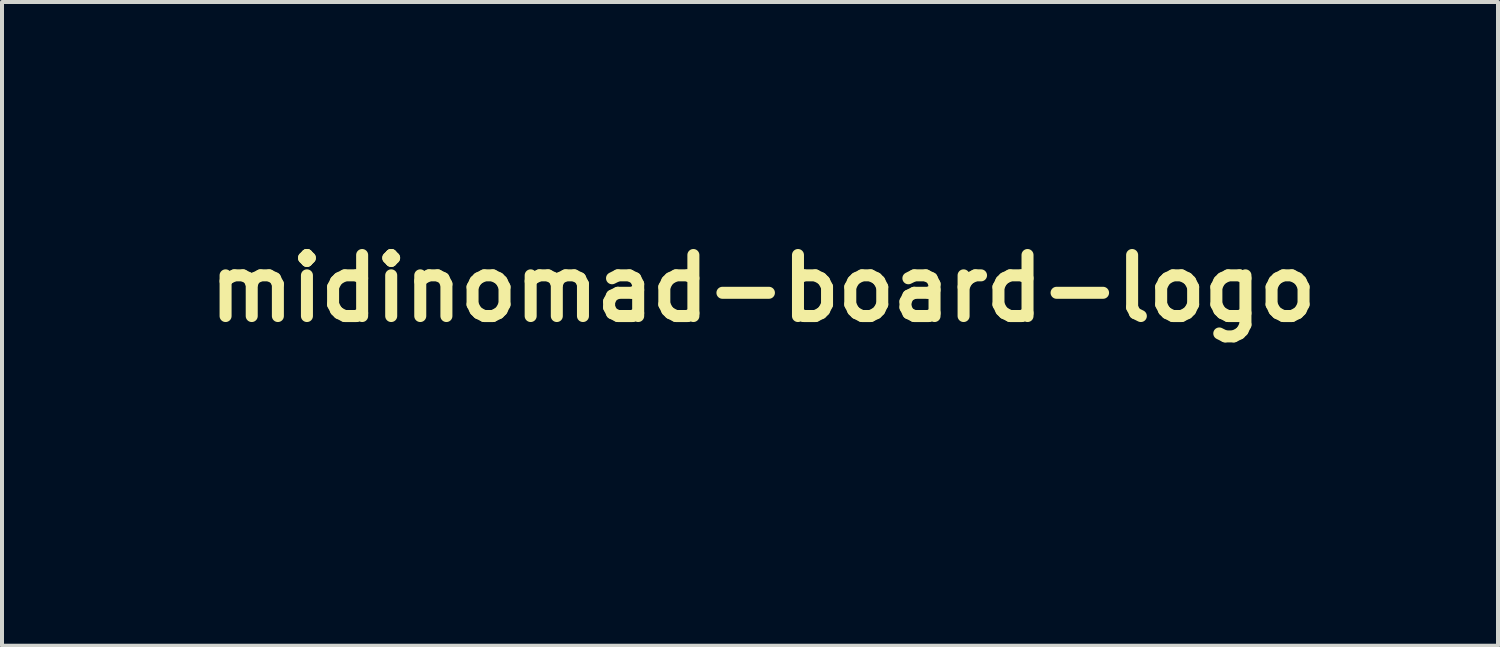
<source format=kicad_pcb>
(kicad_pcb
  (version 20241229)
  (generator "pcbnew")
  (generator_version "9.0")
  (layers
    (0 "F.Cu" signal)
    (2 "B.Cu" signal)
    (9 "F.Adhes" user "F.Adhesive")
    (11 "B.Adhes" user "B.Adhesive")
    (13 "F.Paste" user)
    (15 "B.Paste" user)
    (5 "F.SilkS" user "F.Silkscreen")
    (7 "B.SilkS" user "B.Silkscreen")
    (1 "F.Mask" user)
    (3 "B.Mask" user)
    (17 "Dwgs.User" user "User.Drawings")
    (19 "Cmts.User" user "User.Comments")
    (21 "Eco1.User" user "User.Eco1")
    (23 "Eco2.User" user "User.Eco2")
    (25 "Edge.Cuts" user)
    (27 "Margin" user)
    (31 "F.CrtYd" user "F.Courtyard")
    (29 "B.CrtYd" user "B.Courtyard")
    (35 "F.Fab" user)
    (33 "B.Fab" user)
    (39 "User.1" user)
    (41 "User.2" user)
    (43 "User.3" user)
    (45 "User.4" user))
  (footprint "midinomad-board-logo"
    (layer "F.Cu")
    (at 16.01 4.154)
    (property "Reference" "midinomad-board-logo" (at 0 0 0) (layer "F.SilkS") (effects (font (size 1.524 1.524) (thickness 0.3))))
    (attr through_hole)
    (fp_poly (pts (xy -1.555 -0.873) (xy -1.529 -0.768) (xy -1.524 -0.621) (xy -1.533 -0.443) (xy -1.564 -0.357) (xy -1.609 -0.339) (xy -1.662 -0.369) (xy -1.688 -0.473) (xy -1.693 -0.621) (xy -1.684 -0.798) (xy -1.653 -0.885) (xy -1.609 -0.903) (xy -1.555 -0.873)) (stroke (width 0.01) (type solid)) (fill no) (layer "Eco2.User"))
    (fp_poly (pts (xy 2.283 -0.873) (xy 2.309 -0.768) (xy 2.314 -0.621) (xy 2.305 -0.443) (xy 2.274 -0.357) (xy 2.23 -0.339) (xy 2.176 -0.369) (xy 2.15 -0.473) (xy 2.145 -0.621) (xy 2.154 -0.798) (xy 2.185 -0.885) (xy 2.23 -0.903) (xy 2.283 -0.873)) (stroke (width 0.01) (type solid)) (fill no) (layer "Eco2.User"))
    (fp_poly (pts (xy 3.242 -0.873) (xy 3.268 -0.768) (xy 3.274 -0.621) (xy 3.269 -0.453) (xy 3.245 -0.369) (xy 3.189 -0.341) (xy 3.147 -0.339) (xy 3.019 -0.387) (xy 2.878 -0.517) (xy 2.862 -0.536) (xy 2.733 -0.68) (xy 2.651 -0.723) (xy 2.607 -0.667) (xy 2.596 -0.536) (xy 2.582 -0.406) (xy 2.547 -0.34) (xy 2.54 -0.339) (xy 2.508 -0.389) (xy 2.487 -0.519) (xy 2.484 -0.621) (xy 2.49 -0.79) (xy 2.515 -0.875) (xy 2.57 -0.902) (xy 2.596 -0.903) (xy 2.697 -0.864) (xy 2.831 -0.763) (xy 2.905 -0.691) (xy 3.101 -0.48) (xy 3.103 -0.691) (xy 3.12 -0.844) (xy 3.173 -0.902) (xy 3.189 -0.903) (xy 3.242 -0.873)) (stroke (width 0.01) (type solid)) (fill no) (layer "Eco2.User"))
    (fp_poly (pts (xy -3.884 -0.895) (xy -3.761 -0.872) (xy -3.725 -0.847) (xy -3.776 -0.814) (xy -3.906 -0.794) (xy -4.008 -0.79) (xy -4.169 -0.78) (xy -4.271 -0.754) (xy -4.29 -0.734) (xy -4.239 -0.7) (xy -4.112 -0.68) (xy -4.036 -0.677) (xy -3.884 -0.666) (xy -3.793 -0.638) (xy -3.782 -0.621) (xy -3.832 -0.587) (xy -3.96 -0.567) (xy -4.036 -0.564) (xy -4.187 -0.553) (xy -4.278 -0.525) (xy -4.29 -0.508) (xy -4.239 -0.476) (xy -4.109 -0.455) (xy -4.008 -0.452) (xy -3.847 -0.441) (xy -3.744 -0.415) (xy -3.725 -0.395) (xy -3.777 -0.365) (xy -3.911 -0.345) (xy -4.064 -0.339) (xy -4.403 -0.339) (xy -4.403 -0.903) (xy -4.064 -0.903) (xy -3.884 -0.895)) (stroke (width 0.01) (type solid)) (fill no) (layer "Eco2.User"))
    (fp_poly (pts (xy -0.596 -0.873) (xy -0.57 -0.768) (xy -0.564 -0.621) (xy -0.569 -0.453) (xy -0.593 -0.369) (xy -0.649 -0.341) (xy -0.699 -0.339) (xy -0.842 -0.393) (xy -0.984 -0.536) (xy -1.087 -0.657) (xy -1.168 -0.727) (xy -1.188 -0.734) (xy -1.224 -0.684) (xy -1.241 -0.562) (xy -1.242 -0.536) (xy -1.256 -0.406) (xy -1.291 -0.34) (xy -1.298 -0.339) (xy -1.33 -0.389) (xy -1.351 -0.519) (xy -1.355 -0.621) (xy -1.349 -0.79) (xy -1.323 -0.875) (xy -1.268 -0.902) (xy -1.243 -0.903) (xy -1.141 -0.864) (xy -1.007 -0.763) (xy -0.934 -0.691) (xy -0.737 -0.48) (xy -0.735 -0.691) (xy -0.718 -0.844) (xy -0.665 -0.902) (xy -0.649 -0.903) (xy -0.596 -0.873)) (stroke (width 0.01) (type solid)) (fill no) (layer "Eco2.User"))
    (fp_poly (pts (xy 0.124 -0.895) (xy 0.246 -0.872) (xy 0.282 -0.847) (xy 0.231 -0.814) (xy 0.102 -0.794) (xy 0 -0.79) (xy -0.161 -0.78) (xy -0.263 -0.754) (xy -0.282 -0.734) (xy -0.232 -0.7) (xy -0.104 -0.68) (xy -0.028 -0.677) (xy 0.123 -0.666) (xy 0.214 -0.638) (xy 0.226 -0.621) (xy 0.175 -0.587) (xy 0.048 -0.567) (xy -0.028 -0.564) (xy -0.18 -0.553) (xy -0.271 -0.525) (xy -0.282 -0.508) (xy -0.231 -0.476) (xy -0.102 -0.455) (xy 0 -0.452) (xy 0.161 -0.441) (xy 0.263 -0.415) (xy 0.282 -0.395) (xy 0.231 -0.365) (xy 0.097 -0.345) (xy -0.056 -0.339) (xy -0.395 -0.339) (xy -0.395 -0.903) (xy -0.056 -0.903) (xy 0.124 -0.895)) (stroke (width 0.01) (type solid)) (fill no) (layer "Eco2.User"))
    (fp_poly (pts (xy 0.932 -0.894) (xy 1.045 -0.87) (xy 1.072 -0.847) (xy 1.022 -0.813) (xy 0.894 -0.793) (xy 0.818 -0.79) (xy 0.667 -0.779) (xy 0.576 -0.751) (xy 0.564 -0.734) (xy 0.615 -0.7) (xy 0.743 -0.68) (xy 0.818 -0.677) (xy 0.97 -0.666) (xy 1.061 -0.638) (xy 1.072 -0.621) (xy 1.022 -0.587) (xy 0.894 -0.567) (xy 0.818 -0.564) (xy 0.667 -0.553) (xy 0.576 -0.525) (xy 0.564 -0.508) (xy 0.615 -0.476) (xy 0.745 -0.455) (xy 0.847 -0.452) (xy 1.008 -0.441) (xy 1.11 -0.415) (xy 1.129 -0.395) (xy 1.077 -0.365) (xy 0.943 -0.345) (xy 0.79 -0.339) (xy 0.452 -0.339) (xy 0.452 -0.903) (xy 0.762 -0.903) (xy 0.932 -0.894)) (stroke (width 0.01) (type solid)) (fill no) (layer "Eco2.User"))
    (fp_poly (pts (xy 3.967 -0.879) (xy 4.121 -0.843) (xy 4.204 -0.792) (xy 4.172 -0.769) (xy 4.052 -0.765) (xy 3.924 -0.774) (xy 3.612 -0.806) (xy 3.612 -0.629) (xy 3.621 -0.515) (xy 3.667 -0.465) (xy 3.784 -0.452) (xy 3.838 -0.452) (xy 3.989 -0.467) (xy 4.059 -0.504) (xy 4.038 -0.548) (xy 3.937 -0.581) (xy 3.895 -0.598) (xy 3.962 -0.61) (xy 4.022 -0.613) (xy 4.172 -0.604) (xy 4.231 -0.557) (xy 4.233 -0.538) (xy 4.183 -0.442) (xy 4.049 -0.375) (xy 3.859 -0.345) (xy 3.64 -0.357) (xy 3.542 -0.378) (xy 3.472 -0.433) (xy 3.444 -0.565) (xy 3.443 -0.621) (xy 3.453 -0.765) (xy 3.5 -0.837) (xy 3.612 -0.875) (xy 3.617 -0.876) (xy 3.784 -0.892) (xy 3.967 -0.879)) (stroke (width 0.01) (type solid)) (fill no) (layer "Eco2.User"))
    (fp_poly (pts (xy -2.056 -0.878) (xy -1.909 -0.839) (xy -1.87 -0.802) (xy -1.932 -0.774) (xy -2.092 -0.76) (xy -2.159 -0.76) (xy -2.332 -0.757) (xy -2.42 -0.737) (xy -2.451 -0.686) (xy -2.455 -0.621) (xy -2.432 -0.514) (xy -2.338 -0.468) (xy -2.295 -0.461) (xy -2.143 -0.461) (xy -2.041 -0.483) (xy -1.99 -0.518) (xy -2.037 -0.549) (xy -2.088 -0.567) (xy -2.166 -0.594) (xy -2.15 -0.608) (xy -2.031 -0.615) (xy -2.018 -0.615) (xy -1.862 -0.603) (xy -1.812 -0.553) (xy -1.863 -0.461) (xy -1.895 -0.427) (xy -2.016 -0.369) (xy -2.203 -0.346) (xy -2.413 -0.36) (xy -2.495 -0.377) (xy -2.595 -0.455) (xy -2.641 -0.596) (xy -2.626 -0.73) (xy -2.541 -0.826) (xy -2.377 -0.882) (xy -2.165 -0.892) (xy -2.056 -0.878)) (stroke (width 0.01) (type solid)) (fill no) (layer "Eco2.User"))
    (fp_poly (pts (xy -2.797 -0.873) (xy -2.771 -0.768) (xy -2.766 -0.621) (xy -2.77 -0.453) (xy -2.794 -0.37) (xy -2.85 -0.341) (xy -2.904 -0.339) (xy -3.054 -0.395) (xy -3.193 -0.536) (xy -3.295 -0.657) (xy -3.375 -0.727) (xy -3.393 -0.734) (xy -3.426 -0.684) (xy -3.443 -0.562) (xy -3.443 -0.536) (xy -3.457 -0.406) (xy -3.492 -0.34) (xy -3.5 -0.339) (xy -3.532 -0.389) (xy -3.552 -0.519) (xy -3.556 -0.621) (xy -3.55 -0.791) (xy -3.524 -0.876) (xy -3.468 -0.902) (xy -3.449 -0.903) (xy -3.349 -0.863) (xy -3.222 -0.761) (xy -3.168 -0.706) (xy -3.06 -0.589) (xy -2.983 -0.518) (xy -2.965 -0.508) (xy -2.945 -0.558) (xy -2.935 -0.68) (xy -2.935 -0.706) (xy -2.917 -0.852) (xy -2.858 -0.903) (xy -2.85 -0.903) (xy -2.797 -0.873)) (stroke (width 0.01) (type solid)) (fill no) (layer "Eco2.User"))
    (fp_poly (pts (xy 1.793 -0.883) (xy 1.945 -0.829) (xy 2.011 -0.749) (xy 1.979 -0.653) (xy 1.932 -0.56) (xy 1.967 -0.494) (xy 2.028 -0.4) (xy 1.997 -0.345) (xy 1.953 -0.339) (xy 1.866 -0.384) (xy 1.842 -0.423) (xy 1.761 -0.487) (xy 1.61 -0.508) (xy 1.464 -0.49) (xy 1.412 -0.432) (xy 1.411 -0.423) (xy 1.381 -0.348) (xy 1.355 -0.339) (xy 1.322 -0.389) (xy 1.302 -0.519) (xy 1.298 -0.621) (xy 1.298 -0.706) (xy 1.411 -0.706) (xy 1.448 -0.647) (xy 1.572 -0.622) (xy 1.637 -0.621) (xy 1.794 -0.635) (xy 1.859 -0.681) (xy 1.863 -0.706) (xy 1.825 -0.764) (xy 1.702 -0.789) (xy 1.637 -0.79) (xy 1.48 -0.776) (xy 1.415 -0.73) (xy 1.411 -0.706) (xy 1.298 -0.706) (xy 1.298 -0.903) (xy 1.57 -0.903) (xy 1.793 -0.883)) (stroke (width 0.01) (type solid)) (fill no) (layer "Eco2.User"))
    (fp_poly (pts (xy 5.819 -3.477) (xy 5.692 -3.341) (xy 6.04 -2.786) (xy 6.194 -2.55) (xy 6.342 -2.34) (xy 6.467 -2.181) (xy 6.539 -2.105) (xy 6.689 -1.98) (xy 5.842 -1.978) (xy 4.995 -1.976) (xy 5.165 -2.088) (xy 5.296 -2.189) (xy 5.333 -2.262) (xy 5.272 -2.312) (xy 5.108 -2.343) (xy 4.859 -2.359) (xy 4.578 -2.361) (xy 4.4 -2.341) (xy 4.318 -2.296) (xy 4.324 -2.22) (xy 4.402 -2.117) (xy 4.535 -1.976) (xy 3.315 -1.976) (xy 3.458 -2.088) (xy 3.544 -2.18) (xy 3.67 -2.346) (xy 3.817 -2.56) (xy 3.89 -2.674) (xy 4.516 -2.674) (xy 4.567 -2.662) (xy 4.698 -2.655) (xy 4.827 -2.653) (xy 5.139 -2.653) (xy 5.027 -2.865) (xy 4.923 -3.055) (xy 4.853 -3.152) (xy 4.797 -3.159) (xy 4.734 -3.082) (xy 4.664 -2.961) (xy 4.582 -2.81) (xy 4.528 -2.704) (xy 4.516 -2.674) (xy 3.89 -2.674) (xy 3.951 -2.77) (xy 4.301 -3.339) (xy 4.173 -3.476) (xy 4.044 -3.612) (xy 5.946 -3.612) (xy 5.819 -3.477)) (stroke (width 0.01) (type solid)) (fill no) (layer "Eco2.User"))
    (fp_poly (pts (xy -0.04 -3.603) (xy 0.206 -3.601) (xy 0.369 -3.597) (xy 0.434 -3.592) (xy 0.435 -3.591) (xy 0.445 -3.527) (xy 0.445 -3.386) (xy 0.441 -3.275) (xy 0.423 -2.982) (xy -0.106 -3.387) (xy -1.411 -3.387) (xy -1.411 -2.935) (xy -0.956 -2.935) (xy -0.727 -2.942) (xy -0.532 -2.961) (xy -0.406 -2.987) (xy -0.391 -2.994) (xy -0.326 -3.019) (xy -0.293 -2.988) (xy -0.283 -2.877) (xy -0.282 -2.785) (xy -0.288 -2.627) (xy -0.31 -2.567) (xy -0.35 -2.585) (xy -0.446 -2.622) (xy -0.639 -2.645) (xy -0.914 -2.653) (xy -1.411 -2.653) (xy -1.411 -2.201) (xy -0.756 -2.201) (xy -0.473 -2.203) (xy -0.277 -2.21) (xy -0.144 -2.227) (xy -0.046 -2.26) (xy 0.04 -2.313) (xy 0.105 -2.361) (xy 0.279 -2.494) (xy 0.382 -2.554) (xy 0.433 -2.538) (xy 0.45 -2.442) (xy 0.452 -2.289) (xy 0.452 -1.976) (xy -2.677 -1.976) (xy -2.481 -2.143) (xy -2.355 -2.243) (xy -2.264 -2.304) (xy -2.244 -2.312) (xy -2.224 -2.365) (xy -2.21 -2.505) (xy -2.203 -2.704) (xy -2.203 -2.78) (xy -2.204 -3.246) (xy -2.433 -3.415) (xy -2.662 -3.584) (xy -1.125 -3.599) (xy -0.72 -3.602) (xy -0.354 -3.604) (xy -0.04 -3.603)) (stroke (width 0.01) (type solid)) (fill no) (layer "Eco2.User"))
    (fp_poly (pts (xy -5.276 -3.302) (xy -5.184 -3.141) (xy -5.113 -3.029) (xy -5.08 -2.992) (xy -5.041 -3.038) (xy -4.969 -3.157) (xy -4.89 -3.302) (xy -4.727 -3.612) (xy -3.874 -3.611) (xy -3.02 -3.609) (xy -3.217 -3.443) (xy -3.344 -3.343) (xy -3.436 -3.283) (xy -3.457 -3.275) (xy -3.476 -3.222) (xy -3.491 -3.083) (xy -3.499 -2.882) (xy -3.5 -2.794) (xy -3.495 -2.577) (xy -3.483 -2.411) (xy -3.465 -2.321) (xy -3.457 -2.313) (xy -3.392 -2.278) (xy -3.277 -2.193) (xy -3.217 -2.145) (xy -3.02 -1.979) (xy -3.866 -1.979) (xy -4.713 -1.979) (xy -4.499 -2.178) (xy -4.285 -2.376) (xy -4.302 -2.811) (xy -4.318 -3.246) (xy -4.676 -2.611) (xy -4.851 -2.306) (xy -4.988 -2.1) (xy -5.101 -1.993) (xy -5.203 -1.984) (xy -5.31 -2.072) (xy -5.436 -2.256) (xy -5.595 -2.536) (xy -5.612 -2.568) (xy -5.743 -2.801) (xy -5.857 -2.997) (xy -5.943 -3.134) (xy -5.988 -3.192) (xy -6.014 -3.157) (xy -6.032 -3.031) (xy -6.039 -2.837) (xy -6.04 -2.814) (xy -6.036 -2.598) (xy -6.019 -2.457) (xy -5.974 -2.354) (xy -5.889 -2.25) (xy -5.831 -2.19) (xy -5.622 -1.976) (xy -6.902 -1.976) (xy -6.64 -2.176) (xy -6.378 -2.376) (xy -6.378 -3.212) (xy -6.64 -3.412) (xy -6.902 -3.612) (xy -5.443 -3.612) (xy -5.276 -3.302)) (stroke (width 0.01) (type solid)) (fill no) (layer "Eco2.User"))
    (fp_poly (pts (xy 2.992 -3.169) (xy 2.652 -3.307) (xy 2.306 -3.419) (xy 1.961 -3.479) (xy 1.649 -3.484) (xy 1.448 -3.446) (xy 1.302 -3.372) (xy 1.241 -3.286) (xy 1.276 -3.205) (xy 1.295 -3.191) (xy 1.369 -3.172) (xy 1.531 -3.143) (xy 1.756 -3.11) (xy 2.014 -3.076) (xy 2.389 -3.026) (xy 2.669 -2.979) (xy 2.875 -2.931) (xy 3.025 -2.876) (xy 3.137 -2.808) (xy 3.198 -2.757) (xy 3.314 -2.587) (xy 3.327 -2.406) (xy 3.243 -2.232) (xy 3.07 -2.081) (xy 2.909 -2.001) (xy 2.832 -1.973) (xy 2.76 -1.951) (xy 2.679 -1.936) (xy 2.573 -1.928) (xy 2.429 -1.927) (xy 2.232 -1.932) (xy 1.966 -1.944) (xy 1.619 -1.962) (xy 1.175 -1.986) (xy 1.129 -1.988) (xy 0.964 -1.978) (xy 0.833 -1.952) (xy 0.741 -1.93) (xy 0.696 -1.951) (xy 0.679 -2.038) (xy 0.677 -2.195) (xy 0.68 -2.358) (xy 0.688 -2.463) (xy 0.695 -2.484) (xy 0.752 -2.465) (xy 0.89 -2.416) (xy 1.084 -2.345) (xy 1.189 -2.306) (xy 1.473 -2.217) (xy 1.768 -2.154) (xy 2.051 -2.118) (xy 2.298 -2.111) (xy 2.485 -2.136) (xy 2.591 -2.193) (xy 2.595 -2.199) (xy 2.621 -2.282) (xy 2.576 -2.348) (xy 2.45 -2.401) (xy 2.231 -2.447) (xy 1.96 -2.485) (xy 1.532 -2.552) (xy 1.178 -2.639) (xy 0.909 -2.742) (xy 0.737 -2.858) (xy 0.706 -2.895) (xy 0.627 -3.09) (xy 0.652 -3.281) (xy 0.776 -3.453) (xy 0.989 -3.59) (xy 1.044 -3.613) (xy 1.181 -3.641) (xy 1.4 -3.658) (xy 1.673 -3.665) (xy 1.806 -3.663) (xy 2.092 -3.658) (xy 2.372 -3.655) (xy 2.603 -3.656) (xy 2.695 -3.657) (xy 2.992 -3.666) (xy 2.992 -3.169)) (stroke (width 0.01) (type solid)) (fill no) (layer "Eco2.User"))
    (fp_poly (pts (xy -15.799 1.784) (xy -15.607 1.825) (xy -15.595 1.827) (xy -14.896 1.964) (xy -14.245 2.026) (xy -13.606 2.015) (xy -12.996 1.942) (xy -12.609 1.895) (xy -12.217 1.877) (xy -11.849 1.888) (xy -11.533 1.925) (xy -11.297 1.99) (xy -11.289 1.993) (xy -11.058 2.109) (xy -10.877 2.242) (xy -10.74 2.411) (xy -10.637 2.63) (xy -10.561 2.916) (xy -10.503 3.286) (xy -10.466 3.643) (xy -10.42 4.083) (xy -10.369 4.426) (xy -10.304 4.69) (xy -10.217 4.89) (xy -10.101 5.045) (xy -9.947 5.17) (xy -9.747 5.282) (xy -9.674 5.317) (xy -9.149 5.504) (xy -8.551 5.607) (xy -7.883 5.627) (xy -7.761 5.621) (xy -7.117 5.558) (xy -6.564 5.439) (xy -6.104 5.265) (xy -5.739 5.038) (xy -5.472 4.759) (xy -5.38 4.608) (xy -5.321 4.418) (xy -5.291 4.158) (xy -5.291 3.865) (xy -5.322 3.581) (xy -5.359 3.417) (xy -5.487 3.14) (xy -5.689 2.89) (xy -5.936 2.697) (xy -6.131 2.609) (xy -6.336 2.57) (xy -6.609 2.548) (xy -6.906 2.542) (xy -7.185 2.554) (xy -7.404 2.584) (xy -7.441 2.594) (xy -7.577 2.622) (xy -7.624 2.61) (xy -7.594 2.568) (xy -7.499 2.508) (xy -7.349 2.441) (xy -7.249 2.406) (xy -6.842 2.315) (xy -6.395 2.285) (xy -5.936 2.312) (xy -5.493 2.393) (xy -5.095 2.523) (xy -4.769 2.699) (xy -4.734 2.724) (xy -4.472 2.991) (xy -4.294 3.314) (xy -4.202 3.674) (xy -4.198 4.05) (xy -4.282 4.423) (xy -4.456 4.772) (xy -4.587 4.943) (xy -4.866 5.19) (xy -5.235 5.401) (xy -5.699 5.577) (xy -6.265 5.721) (xy -6.629 5.788) (xy -6.964 5.83) (xy -7.375 5.864) (xy -7.827 5.888) (xy -8.287 5.9) (xy -8.722 5.9) (xy -9.098 5.886) (xy -9.285 5.871) (xy -9.903 5.779) (xy -10.418 5.646) (xy -10.829 5.471) (xy -11.139 5.253) (xy -11.348 4.993) (xy -11.41 4.86) (xy -11.435 4.753) (xy -11.467 4.559) (xy -11.501 4.304) (xy -11.535 4.011) (xy -11.542 3.936) (xy -11.599 3.477) (xy -11.672 3.119) (xy -11.772 2.85) (xy -11.907 2.659) (xy -12.087 2.533) (xy -12.321 2.461) (xy -12.62 2.431) (xy -12.763 2.428) (xy -13.204 2.444) (xy -13.553 2.495) (xy -13.826 2.589) (xy -14.039 2.731) (xy -14.184 2.889) (xy -14.261 3.058) (xy -14.318 3.313) (xy -14.353 3.63) (xy -14.366 3.983) (xy -14.358 4.348) (xy -14.329 4.7) (xy -14.278 5.014) (xy -14.204 5.265) (xy -14.198 5.281) (xy -14.068 5.47) (xy -13.872 5.618) (xy -13.653 5.695) (xy -13.586 5.701) (xy -13.481 5.717) (xy -13.462 5.757) (xy -13.537 5.787) (xy -13.704 5.805) (xy -13.944 5.812) (xy -14.236 5.806) (xy -14.56 5.788) (xy -14.897 5.759) (xy -14.948 5.753) (xy -15.238 5.721) (xy -15.432 5.695) (xy -15.545 5.665) (xy -15.594 5.622) (xy -15.593 5.557) (xy -15.559 5.461) (xy -15.538 5.407) (xy -15.506 5.308) (xy -15.482 5.184) (xy -15.464 5.019) (xy -15.453 4.797) (xy -15.445 4.502) (xy -15.441 4.12) (xy -15.44 3.866) (xy -15.44 3.425) (xy -15.444 3.079) (xy -15.455 2.813) (xy -15.477 2.611) (xy -15.513 2.454) (xy -15.567 2.327) (xy -15.642 2.214) (xy -15.743 2.096) (xy -15.832 2.001) (xy -15.94 1.877) (xy -16.001 1.788) (xy -16.005 1.763) (xy -15.942 1.762) (xy -15.799 1.784)) (stroke (width 0.01) (type solid)) (fill no) (layer "Eco2.User"))
    (fp_poly (pts (xy 9.668 1.917) (xy 9.807 1.936) (xy 9.943 1.95) (xy 10.175 1.963) (xy 10.487 1.975) (xy 10.863 1.986) (xy 11.286 1.995) (xy 11.74 2.001) (xy 11.994 2.003) (xy 12.551 2.007) (xy 13.008 2.014) (xy 13.379 2.025) (xy 13.678 2.042) (xy 13.917 2.066) (xy 14.111 2.101) (xy 14.272 2.147) (xy 14.414 2.206) (xy 14.55 2.281) (xy 14.694 2.373) (xy 14.712 2.385) (xy 14.98 2.629) (xy 15.178 2.949) (xy 15.303 3.325) (xy 15.349 3.74) (xy 15.313 4.176) (xy 15.248 4.445) (xy 15.079 4.842) (xy 14.829 5.171) (xy 14.493 5.437) (xy 14.065 5.645) (xy 13.801 5.734) (xy 13.536 5.788) (xy 13.199 5.824) (xy 12.83 5.839) (xy 12.469 5.832) (xy 12.156 5.802) (xy 12.121 5.796) (xy 11.956 5.76) (xy 11.876 5.712) (xy 11.853 5.636) (xy 11.853 5.627) (xy 11.86 5.565) (xy 11.895 5.53) (xy 11.982 5.516) (xy 12.144 5.517) (xy 12.291 5.523) (xy 12.757 5.516) (xy 13.139 5.446) (xy 13.45 5.305) (xy 13.701 5.089) (xy 13.906 4.79) (xy 13.949 4.708) (xy 14.087 4.345) (xy 14.158 3.967) (xy 14.165 3.598) (xy 14.107 3.261) (xy 13.985 2.98) (xy 13.869 2.835) (xy 13.581 2.617) (xy 13.249 2.484) (xy 12.852 2.43) (xy 12.753 2.428) (xy 12.307 2.458) (xy 11.945 2.549) (xy 11.672 2.7) (xy 11.597 2.768) (xy 11.43 2.943) (xy 11.399 4.054) (xy 11.387 4.464) (xy 11.372 4.779) (xy 11.35 5.014) (xy 11.319 5.187) (xy 11.274 5.312) (xy 11.21 5.409) (xy 11.125 5.492) (xy 11.045 5.556) (xy 10.816 5.681) (xy 10.501 5.783) (xy 10.126 5.858) (xy 9.716 5.905) (xy 9.297 5.92) (xy 8.894 5.901) (xy 8.532 5.844) (xy 8.509 5.838) (xy 8.195 5.747) (xy 7.963 5.638) (xy 7.783 5.495) (xy 7.714 5.419) (xy 7.547 5.134) (xy 7.462 4.774) (xy 7.451 4.561) (xy 7.43 4.364) (xy 7.356 4.233) (xy 7.214 4.157) (xy 6.986 4.124) (xy 6.831 4.12) (xy 6.424 4.107) (xy 6.017 4.072) (xy 5.631 4.019) (xy 5.285 3.95) (xy 5.001 3.871) (xy 4.796 3.784) (xy 4.719 3.728) (xy 4.603 3.612) (xy 7.466 3.612) (xy 7.431 3.317) (xy 7.36 3.019) (xy 7.223 2.81) (xy 7.015 2.68) (xy 6.993 2.672) (xy 6.874 2.647) (xy 6.665 2.62) (xy 6.39 2.592) (xy 6.071 2.566) (xy 5.814 2.549) (xy 5.474 2.527) (xy 5.158 2.5) (xy 4.89 2.472) (xy 4.693 2.445) (xy 4.607 2.427) (xy 4.445 2.356) (xy 4.288 2.253) (xy 4.169 2.143) (xy 4.121 2.05) (xy 4.12 2.049) (xy 4.175 2.038) (xy 4.328 2.028) (xy 4.568 2.021) (xy 4.881 2.015) (xy 5.252 2.011) (xy 5.67 2.01) (xy 5.913 2.01) (xy 6.449 2.013) (xy 6.886 2.018) (xy 7.235 2.027) (xy 7.51 2.042) (xy 7.723 2.065) (xy 7.888 2.096) (xy 8.016 2.139) (xy 8.121 2.195) (xy 8.215 2.265) (xy 8.29 2.331) (xy 8.383 2.427) (xy 8.455 2.533) (xy 8.506 2.664) (xy 8.542 2.837) (xy 8.564 3.068) (xy 8.575 3.374) (xy 8.579 3.77) (xy 8.58 3.923) (xy 8.582 4.363) (xy 8.59 4.705) (xy 8.609 4.963) (xy 8.642 5.151) (xy 8.693 5.285) (xy 8.766 5.379) (xy 8.864 5.446) (xy 8.992 5.502) (xy 8.998 5.504) (xy 9.255 5.565) (xy 9.541 5.574) (xy 9.813 5.535) (xy 10.024 5.449) (xy 10.026 5.448) (xy 10.107 5.386) (xy 10.17 5.312) (xy 10.217 5.211) (xy 10.251 5.069) (xy 10.274 4.872) (xy 10.288 4.606) (xy 10.296 4.257) (xy 10.298 3.812) (xy 10.299 3.735) (xy 10.301 2.418) (xy 10.12 2.256) (xy 9.943 2.133) (xy 9.742 2.042) (xy 9.711 2.033) (xy 9.546 1.978) (xy 9.488 1.936) (xy 9.531 1.914) (xy 9.668 1.917)) (stroke (width 0.01) (type solid)) (fill no) (layer "Eco2.User"))
    (fp_poly (pts (xy -5.787 1.818) (xy -5.083 1.844) (xy -4.371 1.891) (xy -3.916 1.925) (xy -3.502 1.949) (xy -3.099 1.963) (xy -2.678 1.969) (xy -2.208 1.966) (xy -1.66 1.955) (xy -1.565 1.953) (xy -1.044 1.942) (xy -0.623 1.937) (xy -0.288 1.939) (xy -0.027 1.952) (xy 0.175 1.975) (xy 0.329 2.012) (xy 0.449 2.063) (xy 0.548 2.13) (xy 0.639 2.215) (xy 0.658 2.235) (xy 0.839 2.427) (xy 1.111 2.26) (xy 1.411 2.107) (xy 1.748 2.003) (xy 2.144 1.943) (xy 2.623 1.921) (xy 2.707 1.92) (xy 3.099 1.932) (xy 3.398 1.97) (xy 3.623 2.039) (xy 3.792 2.147) (xy 3.923 2.299) (xy 3.947 2.335) (xy 3.989 2.41) (xy 4.021 2.49) (xy 4.044 2.591) (xy 4.06 2.73) (xy 4.071 2.926) (xy 4.078 3.194) (xy 4.083 3.551) (xy 4.084 3.711) (xy 4.089 4.111) (xy 4.096 4.416) (xy 4.106 4.644) (xy 4.121 4.813) (xy 4.143 4.941) (xy 4.174 5.045) (xy 4.215 5.144) (xy 4.217 5.149) (xy 4.351 5.361) (xy 4.526 5.529) (xy 4.713 5.628) (xy 4.812 5.644) (xy 4.896 5.671) (xy 4.911 5.701) (xy 4.864 5.749) (xy 4.812 5.758) (xy 4.67 5.769) (xy 4.6 5.779) (xy 4.484 5.783) (xy 4.302 5.773) (xy 4.149 5.757) (xy 3.921 5.731) (xy 3.638 5.701) (xy 3.36 5.673) (xy 3.339 5.671) (xy 3.111 5.648) (xy 2.973 5.627) (xy 2.906 5.598) (xy 2.89 5.552) (xy 2.902 5.48) (xy 2.952 5.198) (xy 2.991 4.862) (xy 3.019 4.494) (xy 3.036 4.115) (xy 3.04 3.745) (xy 3.032 3.406) (xy 3.012 3.117) (xy 2.979 2.901) (xy 2.937 2.784) (xy 2.745 2.593) (xy 2.463 2.467) (xy 2.092 2.408) (xy 1.95 2.403) (xy 1.6 2.423) (xy 1.337 2.494) (xy 1.143 2.624) (xy 1.001 2.821) (xy 1 2.824) (xy 0.963 2.908) (xy 0.937 3.008) (xy 0.92 3.142) (xy 0.912 3.329) (xy 0.91 3.588) (xy 0.913 3.936) (xy 0.915 4.036) (xy 0.923 4.416) (xy 0.933 4.702) (xy 0.949 4.91) (xy 0.97 5.058) (xy 0.999 5.165) (xy 1.031 5.234) (xy 1.169 5.437) (xy 1.321 5.581) (xy 1.461 5.644) (xy 1.478 5.644) (xy 1.564 5.67) (xy 1.58 5.701) (xy 1.528 5.731) (xy 1.387 5.749) (xy 1.181 5.755) (xy 0.933 5.747) (xy 0.666 5.727) (xy 0.44 5.7) (xy 0.198 5.67) (xy -0.04 5.646) (xy -0.187 5.636) (xy -0.435 5.627) (xy -0.352 5.367) (xy -0.311 5.176) (xy -0.279 4.877) (xy -0.254 4.467) (xy -0.24 4.06) (xy -0.232 3.639) (xy -0.233 3.314) (xy -0.249 3.07) (xy -0.284 2.891) (xy -0.342 2.761) (xy -0.426 2.663) (xy -0.542 2.582) (xy -0.636 2.53) (xy -0.888 2.442) (xy -1.183 2.406) (xy -1.492 2.417) (xy -1.785 2.473) (xy -2.033 2.569) (xy -2.204 2.703) (xy -2.215 2.716) (xy -2.299 2.894) (xy -2.363 3.167) (xy -2.404 3.516) (xy -2.421 3.926) (xy -2.414 4.29) (xy -2.392 4.648) (xy -2.359 4.908) (xy -2.311 5.083) (xy -2.293 5.123) (xy -2.147 5.311) (xy -1.931 5.479) (xy -1.689 5.596) (xy -1.594 5.622) (xy -1.469 5.662) (xy -1.412 5.711) (xy -1.411 5.716) (xy -1.467 5.737) (xy -1.633 5.747) (xy -1.907 5.744) (xy -2.288 5.728) (xy -2.774 5.7) (xy -3.282 5.666) (xy -3.769 5.631) (xy -3.641 5.341) (xy -3.584 5.195) (xy -3.543 5.034) (xy -3.514 4.833) (xy -3.493 4.566) (xy -3.479 4.29) (xy -3.47 3.965) (xy -3.471 3.641) (xy -3.479 3.354) (xy -3.496 3.142) (xy -3.497 3.138) (xy -3.557 2.849) (xy -3.663 2.633) (xy -3.834 2.472) (xy -4.085 2.348) (xy -4.367 2.262) (xy -4.827 2.164) (xy -5.328 2.095) (xy -5.843 2.054) (xy -6.346 2.044) (xy -6.811 2.064) (xy -7.213 2.116) (xy -7.443 2.172) (xy -7.735 2.31) (xy -8.004 2.522) (xy -8.218 2.778) (xy -8.348 3.048) (xy -8.421 3.43) (xy -8.419 3.812) (xy -8.349 4.173) (xy -8.216 4.492) (xy -8.027 4.751) (xy -7.789 4.928) (xy -7.749 4.946) (xy -7.531 5.001) (xy -7.245 5.021) (xy -6.932 5.008) (xy -6.63 4.962) (xy -6.435 4.906) (xy -6.2 4.821) (xy -6.051 4.771) (xy -5.969 4.752) (xy -5.934 4.759) (xy -5.927 4.788) (xy -5.927 4.79) (xy -5.976 4.855) (xy -6.109 4.94) (xy -6.298 5.032) (xy -6.518 5.12) (xy -6.744 5.191) (xy -6.773 5.198) (xy -7.062 5.247) (xy -7.415 5.272) (xy -7.792 5.273) (xy -8.155 5.251) (xy -8.467 5.207) (xy -8.598 5.175) (xy -8.963 5.01) (xy -9.253 4.769) (xy -9.463 4.463) (xy -9.587 4.106) (xy -9.619 3.711) (xy -9.553 3.291) (xy -9.515 3.168) (xy -9.343 2.834) (xy -9.067 2.539) (xy -8.691 2.287) (xy -8.219 2.079) (xy -7.854 1.967) (xy -7.473 1.892) (xy -6.994 1.843) (xy -6.428 1.818) (xy -5.787 1.818)) (stroke (width 0.01) (type solid)) (fill no) (layer "Eco2.User"))
    (fp_poly (pts (xy 0.966 -4.149) (xy 1.941 -4.148) (xy 2.814 -4.148) (xy 3.591 -4.147) (xy 4.278 -4.146) (xy 4.881 -4.144) (xy 5.406 -4.142) (xy 5.858 -4.139) (xy 6.243 -4.136) (xy 6.566 -4.132) (xy 6.834 -4.126) (xy 7.052 -4.12) (xy 7.226 -4.114) (xy 7.362 -4.106) (xy 7.465 -4.096) (xy 7.541 -4.086) (xy 7.596 -4.074) (xy 7.635 -4.061) (xy 7.661 -4.049) (xy 7.773 -3.982) (xy 7.861 -3.908) (xy 7.927 -3.812) (xy 7.975 -3.682) (xy 8.008 -3.503) (xy 8.028 -3.261) (xy 8.039 -2.943) (xy 8.043 -2.534) (xy 8.043 -2.23) (xy 8.044 -1.719) (xy 8.037 -1.309) (xy 8.013 -0.987) (xy 7.96 -0.743) (xy 7.868 -0.566) (xy 7.724 -0.444) (xy 7.519 -0.367) (xy 7.24 -0.325) (xy 6.878 -0.305) (xy 6.42 -0.297) (xy 6.096 -0.293) (xy 4.713 -0.275) (xy 4.586 -0.083) (xy 4.54 -0.01) (xy 4.499 0.053) (xy 4.454 0.107) (xy 4.397 0.153) (xy 4.322 0.192) (xy 4.219 0.224) (xy 4.082 0.25) (xy 3.903 0.27) (xy 3.673 0.285) (xy 3.385 0.297) (xy 3.031 0.305) (xy 2.603 0.311) (xy 2.094 0.314) (xy 1.495 0.316) (xy 0.799 0.318) (xy 0 0.319) (xy -0.675 0.32) (xy -1.32 0.32) (xy -1.927 0.318) (xy -2.485 0.316) (xy -2.986 0.312) (xy -3.419 0.307) (xy -3.777 0.302) (xy -4.048 0.295) (xy -4.223 0.288) (xy -4.29 0.282) (xy -4.483 0.19) (xy -4.693 0.008) (xy -4.718 -0.019) (xy -4.949 -0.273) (xy -6.33 -0.292) (xy -6.792 -0.299) (xy -7.156 -0.309) (xy -7.436 -0.324) (xy -7.645 -0.348) (xy -7.799 -0.384) (xy -7.911 -0.435) (xy -7.996 -0.505) (xy -8.068 -0.596) (xy -8.13 -0.695) (xy -8.165 -0.759) (xy -8.192 -0.836) (xy -8.211 -0.938) (xy -8.225 -1.082) (xy -8.234 -1.283) (xy -8.238 -1.555) (xy -8.24 -1.915) (xy -8.24 -2.23) (xy -8.072 -2.23) (xy -8.07 -1.771) (xy -8.063 -1.412) (xy -8.049 -1.138) (xy -8.025 -0.935) (xy -7.989 -0.79) (xy -7.939 -0.688) (xy -7.873 -0.616) (xy -7.803 -0.569) (xy -7.715 -0.551) (xy -7.526 -0.535) (xy -7.246 -0.523) (xy -6.889 -0.514) (xy -6.466 -0.51) (xy -6.342 -0.51) (xy -4.98 -0.508) (xy -4.963 -0.621) (xy -4.754 -0.621) (xy -4.712 -0.324) (xy -4.583 -0.099) (xy -4.397 0.042) (xy -4.344 0.055) (xy -4.238 0.068) (xy -4.074 0.078) (xy -3.845 0.087) (xy -3.545 0.094) (xy -3.167 0.1) (xy -2.707 0.105) (xy -2.157 0.108) (xy -1.511 0.11) (xy -0.763 0.112) (xy -0.093 0.112) (xy 0.697 0.112) (xy 1.381 0.112) (xy 1.969 0.111) (xy 2.467 0.109) (xy 2.884 0.106) (xy 3.227 0.102) (xy 3.503 0.097) (xy 3.722 0.09) (xy 3.89 0.081) (xy 4.016 0.071) (xy 4.107 0.059) (xy 4.172 0.044) (xy 4.217 0.028) (xy 4.238 0.017) (xy 4.421 -0.151) (xy 4.53 -0.376) (xy 4.565 -0.628) (xy 4.526 -0.879) (xy 4.413 -1.101) (xy 4.238 -1.258) (xy 4.2 -1.277) (xy 4.148 -1.292) (xy 4.074 -1.306) (xy 3.969 -1.317) (xy 3.827 -1.327) (xy 3.639 -1.335) (xy 3.398 -1.341) (xy 3.095 -1.345) (xy 2.723 -1.349) (xy 2.274 -1.351) (xy 1.74 -1.353) (xy 1.113 -1.354) (xy 0.386 -1.354) (xy -0.093 -1.354) (xy -0.926 -1.353) (xy -1.652 -1.352) (xy -2.278 -1.349) (xy -2.809 -1.346) (xy -3.252 -1.341) (xy -3.613 -1.334) (xy -3.898 -1.327) (xy -4.113 -1.318) (xy -4.265 -1.307) (xy -4.359 -1.294) (xy -4.397 -1.283) (xy -4.603 -1.121) (xy -4.721 -0.887) (xy -4.754 -0.621) (xy -4.963 -0.621) (xy -4.94 -0.775) (xy -4.891 -0.969) (xy -4.794 -1.133) (xy -4.664 -1.277) (xy -4.505 -1.421) (xy -4.362 -1.5) (xy -4.182 -1.541) (xy -4.119 -1.55) (xy -4.012 -1.556) (xy -3.801 -1.561) (xy -3.498 -1.565) (xy -3.111 -1.569) (xy -2.652 -1.571) (xy -2.13 -1.573) (xy -1.554 -1.573) (xy -0.936 -1.573) (xy -0.286 -1.571) (xy 0.141 -1.569) (xy 0.909 -1.566) (xy 1.572 -1.562) (xy 2.139 -1.559) (xy 2.617 -1.554) (xy 3.014 -1.549) (xy 3.339 -1.544) (xy 3.6 -1.537) (xy 3.804 -1.528) (xy 3.96 -1.518) (xy 4.076 -1.507) (xy 4.16 -1.493) (xy 4.219 -1.477) (xy 4.263 -1.458) (xy 4.271 -1.454) (xy 4.504 -1.265) (xy 4.664 -1.006) (xy 4.728 -0.757) (xy 4.756 -0.508) (xy 7.516 -0.508) (xy 7.846 -0.838) (xy 7.846 -3.621) (xy 7.681 -3.786) (xy 7.516 -3.951) (xy -0.084 -3.951) (xy -1.337 -3.951) (xy -2.478 -3.949) (xy -3.506 -3.947) (xy -4.423 -3.944) (xy -5.229 -3.941) (xy -5.924 -3.936) (xy -6.509 -3.93) (xy -6.983 -3.924) (xy -7.349 -3.917) (xy -7.605 -3.909) (xy -7.753 -3.9) (xy -7.792 -3.893) (xy -7.877 -3.838) (xy -7.943 -3.765) (xy -7.992 -3.659) (xy -8.027 -3.508) (xy -8.05 -3.298) (xy -8.064 -3.015) (xy -8.07 -2.645) (xy -8.072 -2.23) (xy -8.24 -2.23) (xy -8.24 -2.66) (xy -8.237 -2.992) (xy -8.231 -3.242) (xy -8.222 -3.424) (xy -8.206 -3.555) (xy -8.185 -3.648) (xy -8.156 -3.719) (xy -8.13 -3.765) (xy -8.01 -3.919) (xy -7.871 -4.043) (xy -7.865 -4.047) (xy -7.839 -4.061) (xy -7.803 -4.074) (xy -7.753 -4.086) (xy -7.681 -4.096) (xy -7.582 -4.106) (xy -7.452 -4.114) (xy -7.283 -4.121) (xy -7.07 -4.127) (xy -6.808 -4.132) (xy -6.49 -4.136) (xy -6.112 -4.139) (xy -5.667 -4.142) (xy -5.149 -4.144) (xy -4.553 -4.146) (xy -3.874 -4.147) (xy -3.105 -4.148) (xy -2.24 -4.148) (xy -1.275 -4.149) (xy -0.203 -4.149) (xy -0.115 -4.149) (xy 0.966 -4.149)) (stroke (width 0.01) (type solid)) (fill no) (layer "Eco2.User")))
  (gr_rect
    (start -3 -3)
    (end 34.365 13.079)
    (stroke (width 0.1) (type default))
    (fill no)
    (layer "Edge.Cuts")))
</source>
